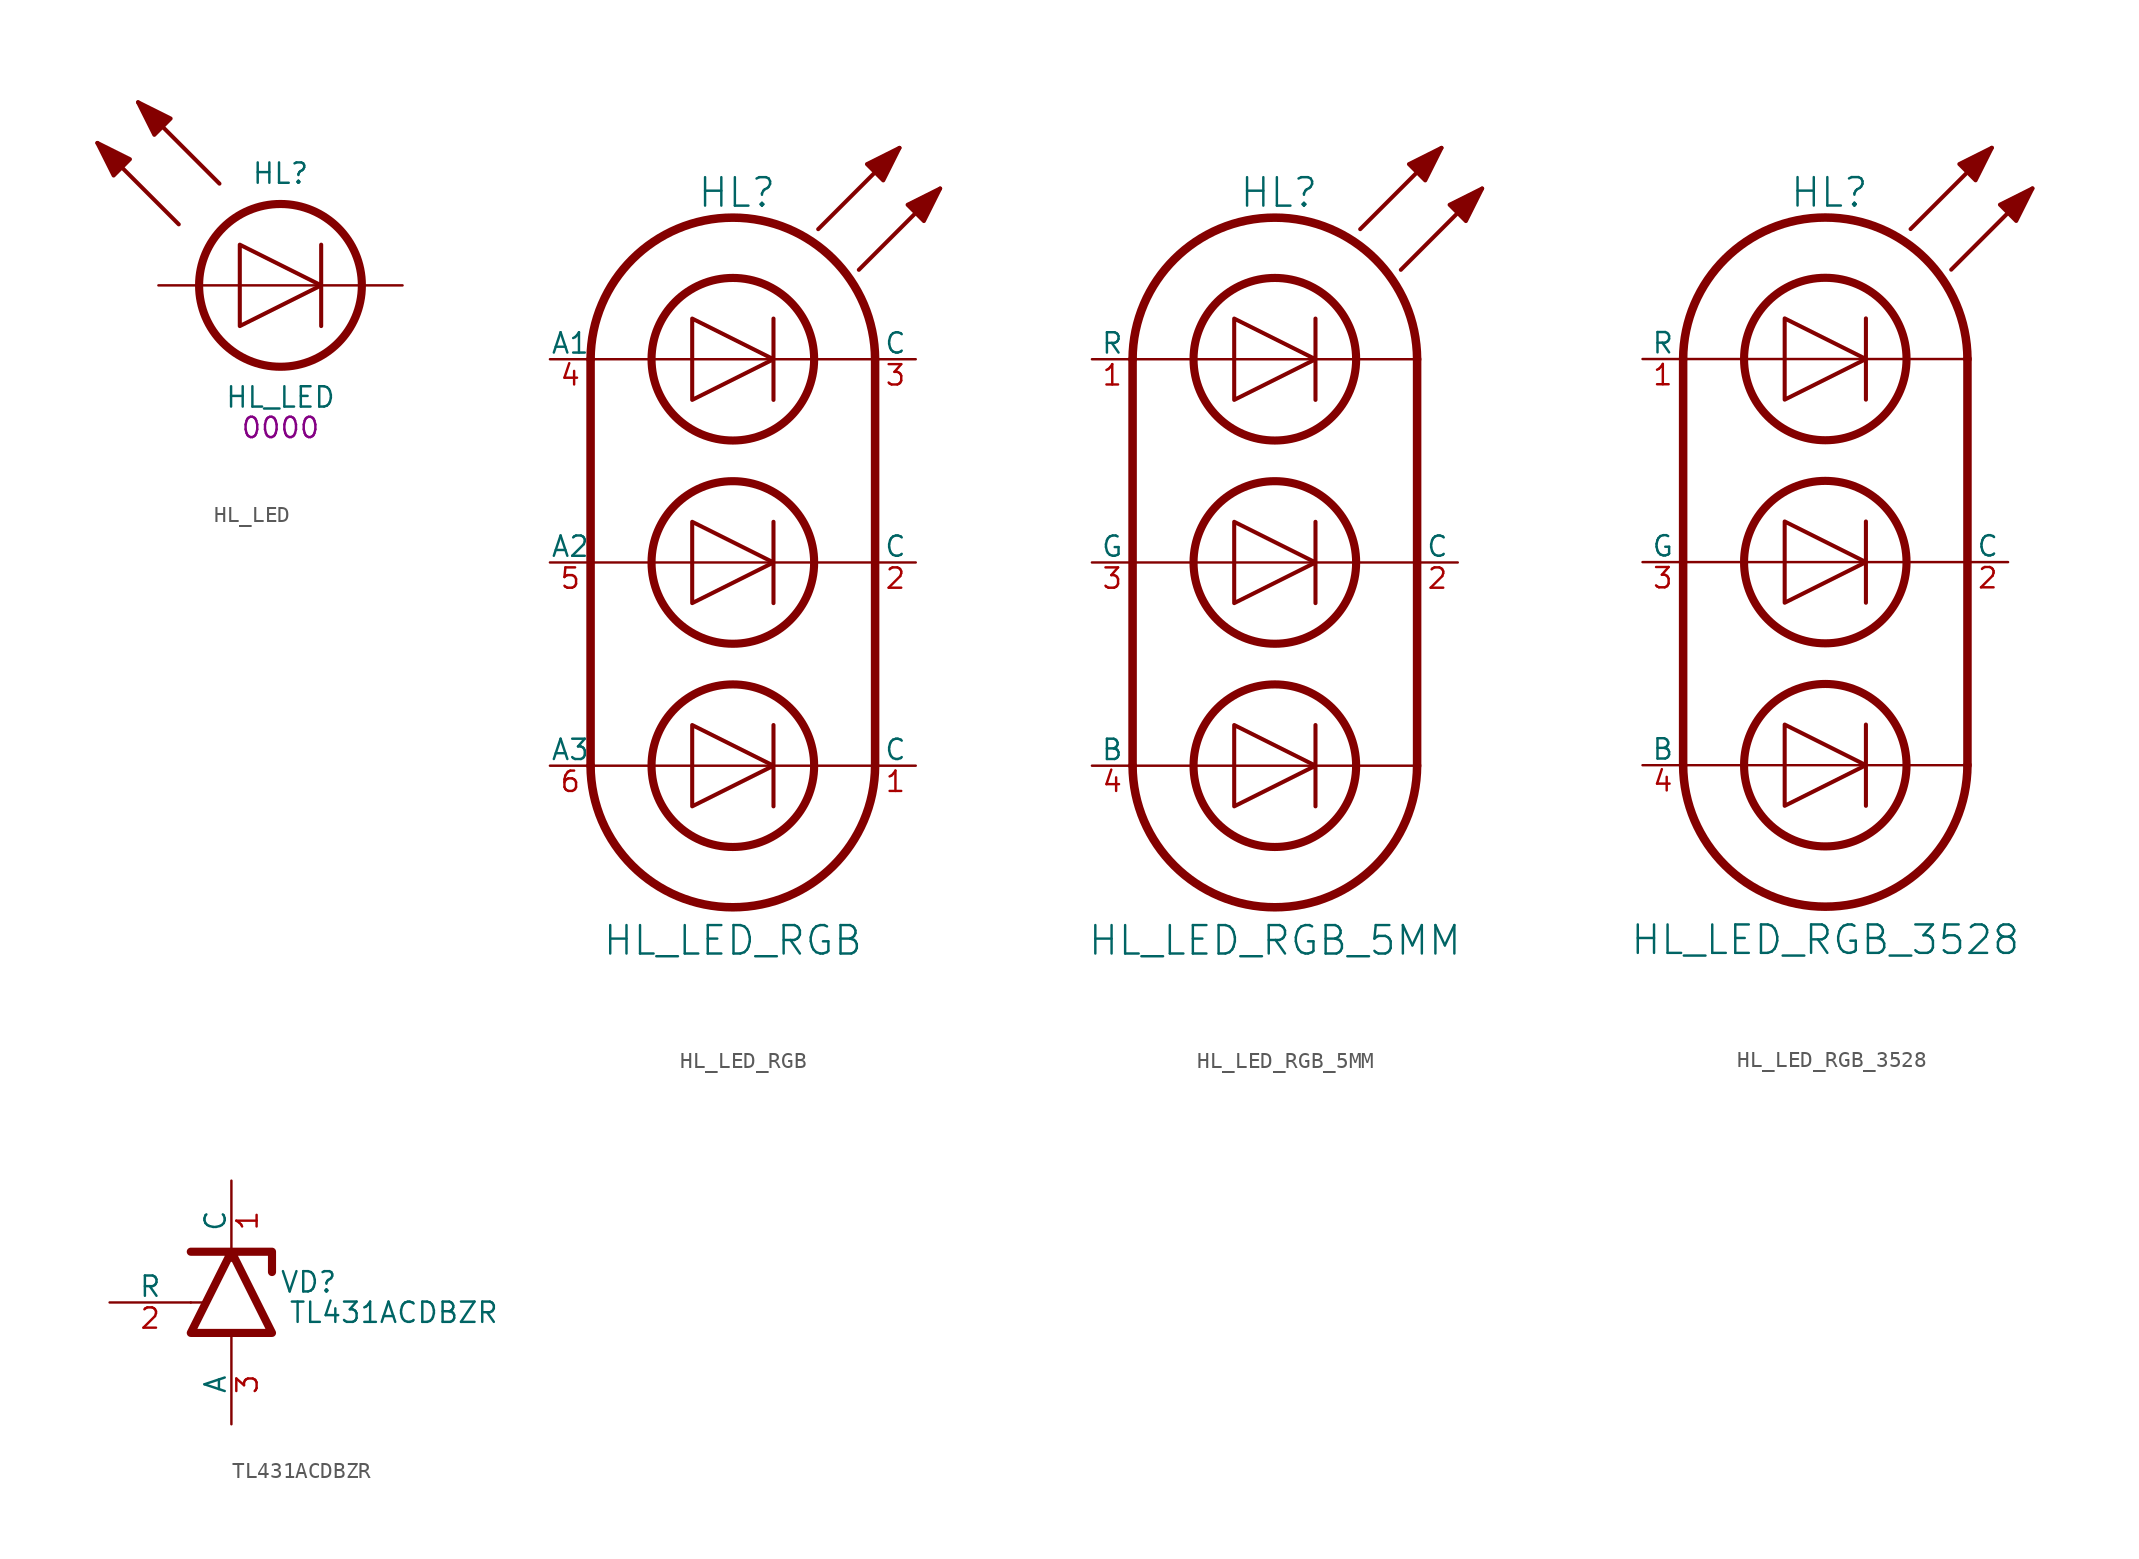
<source format=kicad_sym>
(kicad_symbol_lib
  (version 20211014)
  (generator kicad_symbol_editor)
  (symbol "HL_LED"
    (pin_names
      (offset 0))
    (property "Reference" "HL"
      (at 0 6.985 0)
      (effects (font (size 1.27 1.27))))
    (property "Value" "HL_LED"
      (at 0 -6.985 0)
      (effects (font (size 1.27 1.27))))
    (property "MPN" ""
      (at 0 0 0)
      (effects (font (size 1.27 1.27))))
    (property "Case/Package" "0000"
      (at 0 -8.89 0)
      (effects (font (size 1.27 1.27))))
    (property "Assembly" ""
      (at 0 -10.795 0)
      (effects (font (size 1.27 1.27))))
    (symbol "HL_LED_0_1"
      (polyline (pts (xy -6.35 3.81) (xy -11.43 8.89)) (stroke (width 0.254) (type default) (color 0 0 0 0)) (fill (type none)))
      (polyline (pts (xy -3.81 6.35) (xy -8.89 11.43)) (stroke (width 0.254) (type default) (color 0 0 0 0)) (fill (type none)))
      (polyline (pts (xy 7.62 0) (xy -7.62 0)) (stroke (width 0) (type default) (color 0 0 0 0)) (fill (type none)))
      (polyline (pts (xy -11.43 8.89) (xy -9.398 7.874) (xy -10.414 6.858) (xy -11.43 8.89)) (stroke (width 0.254) (type default) (color 0 0 0 0)) (fill (type outline)))
      (polyline (pts (xy -8.89 11.43) (xy -6.858 10.414) (xy -7.874 9.398) (xy -8.89 11.43)) (stroke (width 0.254) (type default) (color 0 0 0 0)) (fill (type outline)))
      (polyline (pts (xy 2.54 2.54) (xy 2.54 0) (xy -2.54 2.54) (xy -2.54 -2.54) (xy 2.54 0) (xy 2.54 -2.54)) (stroke (width 0.254) (type default) (color 0 0 0 0)) (fill (type none)))
      (circle (center 0 0) (radius 5.08) (stroke (width 0.508) (type default) (color 0 0 0 0)) (fill (type none))))
    (symbol "HL_LED_1_1"
      (pin passive line (at -7.62 0 0) (length 2.54) hide (name "A" (effects (font (size 1.27 1.27)))) (number "1" (effects (font (size 1.27 1.27)))))
      (pin passive line (at 7.62 0 180) (length 2.54) hide (name "C" (effects (font (size 1.27 1.27)))) (number "2" (effects (font (size 1.27 1.27)))))))
  (symbol "HL_LED_RGB"
    (pin_names
      (offset 0))
    (property "Reference" "HL"
      (at 0.254 10.414 0)
      (effects (font (size 1.778 1.778))))
    (property "Value" "HL_LED_RGB"
      (at 0 -36.322 0)
      (effects (font (size 1.778 1.778))))
    (symbol "HL_LED_RGB_0_1"
      (polyline (pts (xy -8.89 -25.4) (xy -8.89 0)) (stroke (width 0.533) (type default) (color 0 0 0 0)) (fill (type none)))
      (polyline (pts (xy 5.334 8.128) (xy 10.414 13.208)) (stroke (width 0.254) (type default) (color 0 0 0 0)) (fill (type none)))
      (polyline (pts (xy 7.874 5.588) (xy 12.954 10.668)) (stroke (width 0.254) (type default) (color 0 0 0 0)) (fill (type none)))
      (polyline (pts (xy 8.89 0) (xy -8.89 0)) (stroke (width 0) (type default) (color 0 0 0 0)) (fill (type none)))
      (polyline (pts (xy 8.89 0) (xy 8.89 -25.4)) (stroke (width 0.533) (type default) (color 0 0 0 0)) (fill (type none)))
      (polyline (pts (xy 10.414 13.208) (xy 9.398 11.176) (xy 8.382 12.192) (xy 10.414 13.208)) (stroke (width 0.254) (type default) (color 0 0 0 0)) (fill (type outline)))
      (polyline (pts (xy 12.954 10.668) (xy 11.938 8.636) (xy 10.922 9.652) (xy 12.954 10.668)) (stroke (width 0.254) (type default) (color 0 0 0 0)) (fill (type outline)))
      (polyline (pts (xy 2.54 2.54) (xy 2.54 0) (xy -2.54 2.54) (xy -2.54 -2.54) (xy 2.54 0) (xy 2.54 -2.54)) (stroke (width 0.254) (type default) (color 0 0 0 0)) (fill (type none)))
      (circle (center 0 0) (radius 5.08) (stroke (width 0.508) (type default) (color 0 0 0 0)) (fill (type none)))
      (arc (start 8.89 0) (mid 0 8.89) (end -8.89 0) (stroke (width 0.5334) (type default) (color 0 0 0 0)) (fill (type none))))
    (symbol "HL_LED_RGB_1_1"
      (arc (start -8.89 -25.4) (mid 0 -34.29) (end 8.89 -25.4) (stroke (width 0.5334) (type default) (color 0 0 0 0)) (fill (type none)))
      (circle (center 0 -25.4) (radius 5.08) (stroke (width 0.508) (type default) (color 0 0 0 0)) (fill (type none)))
      (circle (center 0 -12.7) (radius 5.08) (stroke (width 0.508) (type default) (color 0 0 0 0)) (fill (type none)))
      (polyline (pts (xy 8.89 -25.4) (xy -8.89 -25.4)) (stroke (width 0) (type default) (color 0 0 0 0)) (fill (type none)))
      (polyline (pts (xy 8.89 -12.7) (xy -8.89 -12.7)) (stroke (width 0) (type default) (color 0 0 0 0)) (fill (type none)))
      (polyline (pts (xy 2.54 -22.86) (xy 2.54 -25.4) (xy -2.54 -22.86) (xy -2.54 -27.94) (xy 2.54 -25.4) (xy 2.54 -27.94)) (stroke (width 0.254) (type default) (color 0 0 0 0)) (fill (type none)))
      (polyline (pts (xy 2.54 -10.16) (xy 2.54 -12.7) (xy -2.54 -10.16) (xy -2.54 -15.24) (xy 2.54 -12.7) (xy 2.54 -15.24)) (stroke (width 0.254) (type default) (color 0 0 0 0)) (fill (type none)))
      (pin passive line (at 11.43 -25.4 180) (length 2.54) (name "C" (effects (font (size 1.27 1.27)))) (number "1" (effects (font (size 1.27 1.27)))))
      (pin passive line (at 11.43 -12.7 180) (length 2.54) (name "C" (effects (font (size 1.27 1.27)))) (number "2" (effects (font (size 1.27 1.27)))))
      (pin passive line (at 11.43 0 180) (length 2.54) (name "C" (effects (font (size 1.27 1.27)))) (number "3" (effects (font (size 1.27 1.27)))))
      (pin passive line (at -11.43 0 0) (length 2.54) (name "A1" (effects (font (size 1.27 1.27)))) (number "4" (effects (font (size 1.27 1.27)))))
      (pin passive line (at -11.43 -12.7 0) (length 2.54) (name "A2" (effects (font (size 1.27 1.27)))) (number "5" (effects (font (size 1.27 1.27)))))
      (pin passive line (at -11.43 -25.4 0) (length 2.54) (name "A3" (effects (font (size 1.27 1.27)))) (number "6" (effects (font (size 1.27 1.27)))))))
  (symbol "HL_LED_RGB_5MM"
    (pin_names
      (offset 0))
    (property "Reference" "HL"
      (at 0.254 10.414 0)
      (effects (font (size 1.778 1.778))))
    (property "Value" "HL_LED_RGB_5MM"
      (at 0 -36.322 0)
      (effects (font (size 1.778 1.778))))
    (symbol "HL_LED_RGB_5MM_0_1"
      (polyline (pts (xy -8.89 -25.4) (xy -8.89 0)) (stroke (width 0.533) (type default) (color 0 0 0 0)) (fill (type none)))
      (polyline (pts (xy 5.334 8.128) (xy 10.414 13.208)) (stroke (width 0.254) (type default) (color 0 0 0 0)) (fill (type none)))
      (polyline (pts (xy 7.874 5.588) (xy 12.954 10.668)) (stroke (width 0.254) (type default) (color 0 0 0 0)) (fill (type none)))
      (polyline (pts (xy 8.89 0) (xy -8.89 0)) (stroke (width 0) (type default) (color 0 0 0 0)) (fill (type none)))
      (polyline (pts (xy 8.89 0) (xy 8.89 -25.4)) (stroke (width 0.533) (type default) (color 0 0 0 0)) (fill (type none)))
      (polyline (pts (xy 10.414 13.208) (xy 9.398 11.176) (xy 8.382 12.192) (xy 10.414 13.208)) (stroke (width 0.254) (type default) (color 0 0 0 0)) (fill (type outline)))
      (polyline (pts (xy 12.954 10.668) (xy 11.938 8.636) (xy 10.922 9.652) (xy 12.954 10.668)) (stroke (width 0.254) (type default) (color 0 0 0 0)) (fill (type outline)))
      (polyline (pts (xy 2.54 2.54) (xy 2.54 0) (xy -2.54 2.54) (xy -2.54 -2.54) (xy 2.54 0) (xy 2.54 -2.54)) (stroke (width 0.254) (type default) (color 0 0 0 0)) (fill (type none)))
      (circle (center 0 0) (radius 5.08) (stroke (width 0.508) (type default) (color 0 0 0 0)) (fill (type none)))
      (arc (start 8.89 0) (mid 0 8.89) (end -8.89 0) (stroke (width 0.5334) (type default) (color 0 0 0 0)) (fill (type none))))
    (symbol "HL_LED_RGB_5MM_1_1"
      (arc (start -8.89 -25.4) (mid 0 -34.29) (end 8.89 -25.4) (stroke (width 0.5334) (type default) (color 0 0 0 0)) (fill (type none)))
      (circle (center 0 -25.4) (radius 5.08) (stroke (width 0.508) (type default) (color 0 0 0 0)) (fill (type none)))
      (circle (center 0 -12.7) (radius 5.08) (stroke (width 0.508) (type default) (color 0 0 0 0)) (fill (type none)))
      (polyline (pts (xy 8.89 -25.4) (xy -8.89 -25.4)) (stroke (width 0) (type default) (color 0 0 0 0)) (fill (type none)))
      (polyline (pts (xy 8.89 -12.7) (xy -8.89 -12.7)) (stroke (width 0) (type default) (color 0 0 0 0)) (fill (type none)))
      (polyline (pts (xy 2.54 -22.86) (xy 2.54 -25.4) (xy -2.54 -22.86) (xy -2.54 -27.94) (xy 2.54 -25.4) (xy 2.54 -27.94)) (stroke (width 0.254) (type default) (color 0 0 0 0)) (fill (type none)))
      (polyline (pts (xy 2.54 -10.16) (xy 2.54 -12.7) (xy -2.54 -10.16) (xy -2.54 -15.24) (xy 2.54 -12.7) (xy 2.54 -15.24)) (stroke (width 0.254) (type default) (color 0 0 0 0)) (fill (type none)))
      (pin passive line (at -11.43 0 0) (length 2.54) (name "R" (effects (font (size 1.27 1.27)))) (number "1" (effects (font (size 1.27 1.27)))))
      (pin passive line (at 11.43 -12.7 180) (length 2.54) (name "C" (effects (font (size 1.27 1.27)))) (number "2" (effects (font (size 1.27 1.27)))))
      (pin passive line (at -11.43 -12.7 0) (length 2.54) (name "G" (effects (font (size 1.27 1.27)))) (number "3" (effects (font (size 1.27 1.27)))))
      (pin passive line (at -11.43 -25.4 0) (length 2.54) (name "B" (effects (font (size 1.27 1.27)))) (number "4" (effects (font (size 1.27 1.27)))))))
  (symbol "HL_LED_RGB_3528"
    (pin_names
      (offset 0))
    (property "Reference" "HL"
      (at 0.254 10.414 0)
      (effects (font (size 1.778 1.778))))
    (property "Value" "HL_LED_RGB_3528"
      (at 0 -36.322 0)
      (effects (font (size 1.778 1.778))))
    (symbol "HL_LED_RGB_3528_0_1"
      (polyline (pts (xy -8.89 -25.4) (xy -8.89 0)) (stroke (width 0.533) (type default) (color 0 0 0 0)) (fill (type none)))
      (polyline (pts (xy 5.334 8.128) (xy 10.414 13.208)) (stroke (width 0.254) (type default) (color 0 0 0 0)) (fill (type none)))
      (polyline (pts (xy 7.874 5.588) (xy 12.954 10.668)) (stroke (width 0.254) (type default) (color 0 0 0 0)) (fill (type none)))
      (polyline (pts (xy 8.89 0) (xy -8.89 0)) (stroke (width 0) (type default) (color 0 0 0 0)) (fill (type none)))
      (polyline (pts (xy 8.89 0) (xy 8.89 -25.4)) (stroke (width 0.533) (type default) (color 0 0 0 0)) (fill (type none)))
      (polyline (pts (xy 10.414 13.208) (xy 9.398 11.176) (xy 8.382 12.192) (xy 10.414 13.208)) (stroke (width 0.254) (type default) (color 0 0 0 0)) (fill (type outline)))
      (polyline (pts (xy 12.954 10.668) (xy 11.938 8.636) (xy 10.922 9.652) (xy 12.954 10.668)) (stroke (width 0.254) (type default) (color 0 0 0 0)) (fill (type outline)))
      (polyline (pts (xy 2.54 2.54) (xy 2.54 0) (xy -2.54 2.54) (xy -2.54 -2.54) (xy 2.54 0) (xy 2.54 -2.54)) (stroke (width 0.254) (type default) (color 0 0 0 0)) (fill (type none)))
      (circle (center 0 0) (radius 5.08) (stroke (width 0.508) (type default) (color 0 0 0 0)) (fill (type none)))
      (arc (start 8.89 0) (mid 0 8.89) (end -8.89 0) (stroke (width 0.5334) (type default) (color 0 0 0 0)) (fill (type none))))
    (symbol "HL_LED_RGB_3528_1_1"
      (arc (start -8.89 -25.4) (mid 0 -34.29) (end 8.89 -25.4) (stroke (width 0.5334) (type default) (color 0 0 0 0)) (fill (type none)))
      (circle (center 0 -25.4) (radius 5.08) (stroke (width 0.508) (type default) (color 0 0 0 0)) (fill (type none)))
      (circle (center 0 -12.7) (radius 5.08) (stroke (width 0.508) (type default) (color 0 0 0 0)) (fill (type none)))
      (polyline (pts (xy 8.89 -25.4) (xy -8.89 -25.4)) (stroke (width 0) (type default) (color 0 0 0 0)) (fill (type none)))
      (polyline (pts (xy 8.89 -12.7) (xy -8.89 -12.7)) (stroke (width 0) (type default) (color 0 0 0 0)) (fill (type none)))
      (polyline (pts (xy 2.54 -22.86) (xy 2.54 -25.4) (xy -2.54 -22.86) (xy -2.54 -27.94) (xy 2.54 -25.4) (xy 2.54 -27.94)) (stroke (width 0.254) (type default) (color 0 0 0 0)) (fill (type none)))
      (polyline (pts (xy 2.54 -10.16) (xy 2.54 -12.7) (xy -2.54 -10.16) (xy -2.54 -15.24) (xy 2.54 -12.7) (xy 2.54 -15.24)) (stroke (width 0.254) (type default) (color 0 0 0 0)) (fill (type none)))
      (pin passive line (at -11.43 0 0) (length 2.54) (name "R" (effects (font (size 1.27 1.27)))) (number "1" (effects (font (size 1.27 1.27)))))
      (pin passive line (at 11.43 -12.7 180) (length 2.54) (name "C" (effects (font (size 1.27 1.27)))) (number "2" (effects (font (size 1.27 1.27)))))
      (pin passive line (at -11.43 -12.7 0) (length 2.54) (name "G" (effects (font (size 1.27 1.27)))) (number "3" (effects (font (size 1.27 1.27)))))
      (pin passive line (at -11.43 -25.4 0) (length 2.54) (name "B" (effects (font (size 1.27 1.27)))) (number "4" (effects (font (size 1.27 1.27)))))))
  (symbol "TL431ACDBZR"
    (pin_names
      (offset 0))
    (property "Reference" "VD"
      (at 4.826 1.27 0)
      (effects (font (size 1.27 1.27))))
    (property "Value" "TL431ACDBZR"
      (at 10.16 -0.635 0)
      (effects (font (size 1.27 1.27))))
    (property "MPN" ""
      (at 0 0 0)
      (effects (font (size 1.27 1.27))))
    (property "Assembly" ""
      (at 10.922 -2.54 0)
      (effects (font (size 1.27 1.27))))
    (property "Comment" ""
      (at 0 0 0)
      (effects (font (size 1.27 1.27))))
    (symbol "TL431ACDBZR_0_1"
      (polyline (pts (xy -2.54 0) (xy -1.524 0)) (stroke (width 0) (type default) (color 0 0 0 0)) (fill (type none)))
      (polyline (pts (xy 0 -2.54) (xy 0 -1.905)) (stroke (width 0) (type default) (color 0 0 0 0)) (fill (type none)))
      (polyline (pts (xy -2.54 3.175) (xy 0 3.175) (xy -2.54 -1.905) (xy 2.54 -1.905) (xy 0 3.175) (xy 2.54 3.175) (xy 2.54 1.905)) (stroke (width 0.508) (type default) (color 0 0 0 0)) (fill (type none))))
    (symbol "TL431ACDBZR_1_1"
      (pin power_in line (at 0 7.62 270) (length 5.004) (name "C" (effects (font (size 1.27 1.27)))) (number "1" (effects (font (size 1.27 1.27)))))
      (pin input line (at -7.62 0 0) (length 5.08) (name "R" (effects (font (size 1.27 1.27)))) (number "2" (effects (font (size 1.27 1.27)))))
      (pin power_in line (at 0 -7.62 90) (length 5.004) (name "A" (effects (font (size 1.27 1.27)))) (number "3" (effects (font (size 1.27 1.27))))))))
</source>
